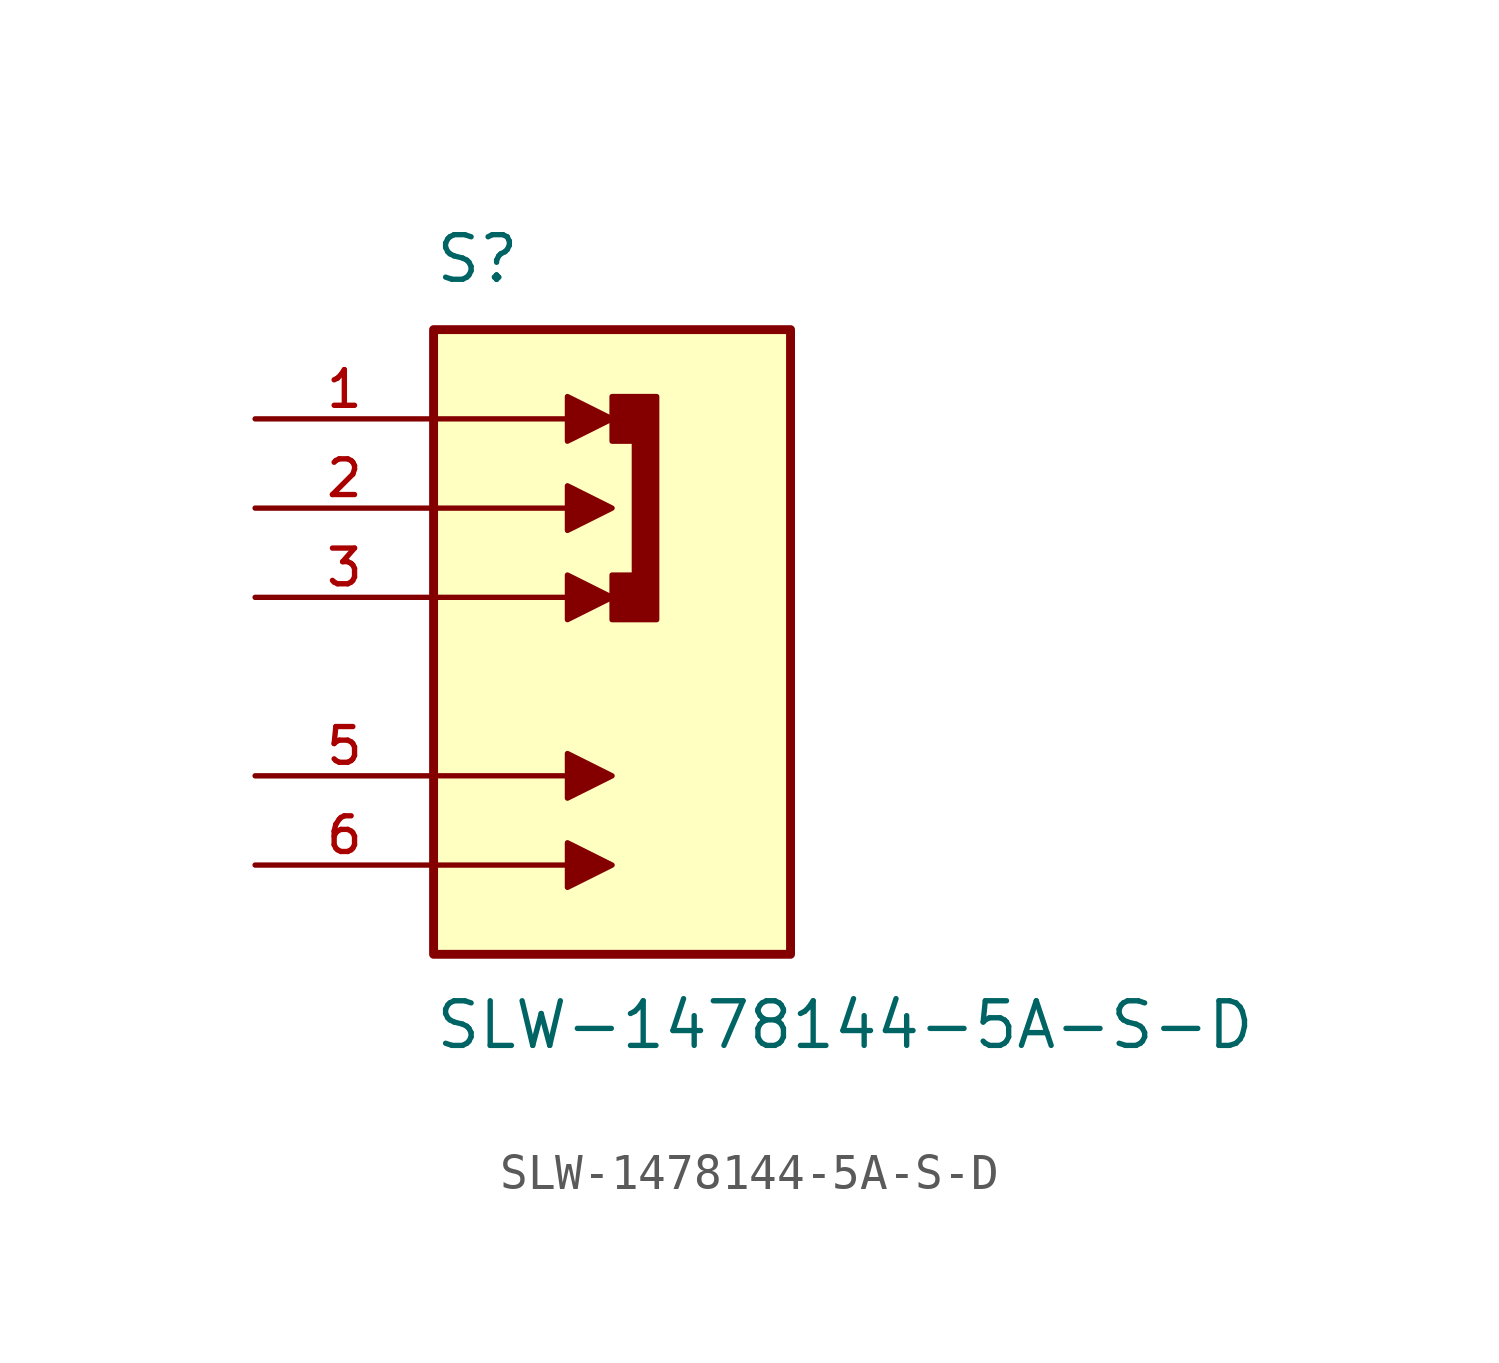
<source format=kicad_sym>
(kicad_symbol_lib
  (version 20211014)
  (generator kicad_symbol_editor)
  (symbol "SLW-1478144-5A-S-D"
    (pin_names
      (offset 1.016))
    (property "Reference" "S"
      (at -5.08 8.89 0)
      (effects (font (size 1.27 1.27)) (justify bottom left)))
    (property "Value" "SLW-1478144-5A-S-D"
      (at -5.08 -11.43 0)
      (effects (font (size 1.27 1.27)) (justify top left)))
    (symbol "SLW-1478144-5A-S-D_0_0"
      (polyline (pts (xy -5.08 5.08) (xy -1.27 5.08)) (stroke (width 0.152)))
      (polyline (pts (xy -1.27 5.715) (xy -1.27 4.445) (xy 0.0 5.08) (xy -1.27 5.715)) (stroke (width 0.152)) (fill (type outline)))
      (polyline (pts (xy -5.08 2.54) (xy -1.27 2.54)) (stroke (width 0.152)))
      (polyline (pts (xy -1.27 3.175) (xy -1.27 1.905) (xy 0.0 2.54) (xy -1.27 3.175)) (stroke (width 0.152)) (fill (type outline)))
      (polyline (pts (xy -5.08 0.0) (xy -1.27 0.0)) (stroke (width 0.152)))
      (polyline (pts (xy -1.27 0.635) (xy -1.27 -0.635) (xy 0.0 0.0) (xy -1.27 0.635)) (stroke (width 0.152)) (fill (type outline)))
      (polyline (pts (xy 0.0 4.445) (xy 0.0 5.715) (xy 1.27 5.715) (xy 1.27 -0.635) (xy 0.0 -0.635) (xy 0.0 0.635) (xy 0.635 0.635) (xy 0.635 4.445) (xy 0.0 4.445)) (stroke (width 0.152)) (fill (type outline)))
      (polyline (pts (xy -5.08 -5.08) (xy -1.27 -5.08)) (stroke (width 0.152)))
      (polyline (pts (xy -1.27 -4.445) (xy -1.27 -5.715) (xy 0.0 -5.08) (xy -1.27 -4.445)) (stroke (width 0.152)) (fill (type outline)))
      (polyline (pts (xy -5.08 -7.62) (xy -1.27 -7.62)) (stroke (width 0.152)))
      (polyline (pts (xy -1.27 -6.985) (xy -1.27 -8.255) (xy 0.0 -7.62) (xy -1.27 -6.985)) (stroke (width 0.152)) (fill (type outline)))
      (rectangle (start -5.08 -10.16) (end 5.08 7.62) (stroke (width 0.254)) (fill (type background)))
      (pin passive line (at -10.16 5.08 0) (length 5.08) (name "~" (effects (font (size 1.016 1.016)))) (number "1" (effects (font (size 1.016 1.016)))))
      (pin passive line (at -10.16 2.54 0) (length 5.08) (name "~" (effects (font (size 1.016 1.016)))) (number "2" (effects (font (size 1.016 1.016)))))
      (pin passive line (at -10.16 0.0 0) (length 5.08) (name "~" (effects (font (size 1.016 1.016)))) (number "3" (effects (font (size 1.016 1.016)))))
      (pin passive line (at -10.16 -5.08 0) (length 5.08) (name "~" (effects (font (size 1.016 1.016)))) (number "5" (effects (font (size 1.016 1.016)))))
      (pin passive line (at -10.16 -7.62 0) (length 5.08) (name "~" (effects (font (size 1.016 1.016)))) (number "6" (effects (font (size 1.016 1.016))))))))
</source>
